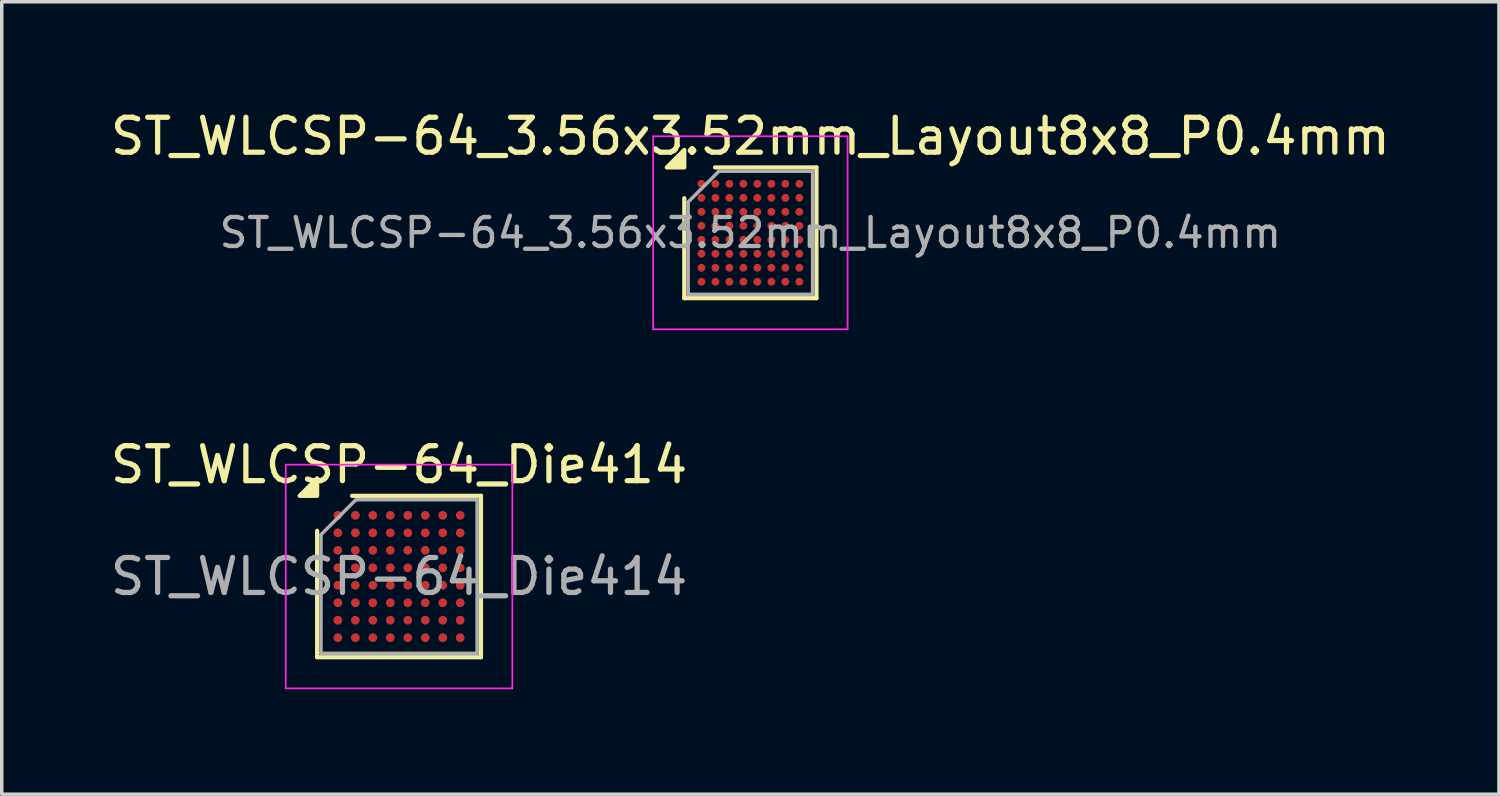
<source format=kicad_pcb>
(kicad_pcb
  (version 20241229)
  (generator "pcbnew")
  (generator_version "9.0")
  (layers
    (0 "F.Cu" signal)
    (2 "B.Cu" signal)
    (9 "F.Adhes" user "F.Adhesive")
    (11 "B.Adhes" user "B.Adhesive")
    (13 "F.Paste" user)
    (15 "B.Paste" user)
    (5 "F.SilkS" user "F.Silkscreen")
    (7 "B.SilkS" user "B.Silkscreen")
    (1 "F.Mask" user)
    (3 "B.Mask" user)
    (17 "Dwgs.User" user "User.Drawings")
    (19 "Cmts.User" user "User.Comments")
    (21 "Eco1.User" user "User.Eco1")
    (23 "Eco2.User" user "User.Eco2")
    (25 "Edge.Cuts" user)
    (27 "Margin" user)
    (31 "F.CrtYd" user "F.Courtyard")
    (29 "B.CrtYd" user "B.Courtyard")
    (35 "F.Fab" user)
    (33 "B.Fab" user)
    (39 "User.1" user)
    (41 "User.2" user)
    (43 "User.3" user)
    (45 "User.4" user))
  (footprint "ST_WLCSP-64_Die414"
    (layer "F.Cu")
    (at 8.363 13.439)
    (property "Reference" "ST_WLCSP-64_Die414" (at 0 -3.197 0) (layer "F.SilkS") (effects (font (size 1 1) (thickness 0.15))))
    (attr smd)
    (fp_line (start -2.343 2.308) (end -2.343 -1.308) (stroke (width 0.12) (type solid)) (layer "F.SilkS"))
    (fp_line (start -1.343 -2.308) (end 2.343 -2.308) (stroke (width 0.12) (type solid)) (layer "F.SilkS"))
    (fp_line (start 2.343 -2.308) (end 2.343 2.308) (stroke (width 0.12) (type solid)) (layer "F.SilkS"))
    (fp_line (start 2.343 2.308) (end -2.343 2.308) (stroke (width 0.12) (type solid)) (layer "F.SilkS"))
    (fp_poly (pts (xy -2.343 -2.308) (xy -2.843 -2.308) (xy -2.343 -2.808) (xy -2.343 -2.308)) (stroke (width 0.12) (type solid)) (fill yes) (layer "F.SilkS"))
    (fp_line (start -3.24 -3.2) (end -3.24 3.2) (stroke (width 0.05) (type solid)) (layer "F.CrtYd"))
    (fp_line (start -3.24 3.2) (end 3.24 3.2) (stroke (width 0.05) (type solid)) (layer "F.CrtYd"))
    (fp_line (start 3.24 -3.2) (end -3.24 -3.2) (stroke (width 0.05) (type solid)) (layer "F.CrtYd"))
    (fp_line (start 3.24 3.2) (end 3.24 -3.2) (stroke (width 0.05) (type solid)) (layer "F.CrtYd"))
    (fp_line (start -2.233 -1.198) (end -1.233 -2.197) (stroke (width 0.1) (type solid)) (layer "F.Fab"))
    (fp_line (start -2.233 2.197) (end -2.233 -1.198) (stroke (width 0.1) (type solid)) (layer "F.Fab"))
    (fp_line (start -1.233 -2.197) (end 2.233 -2.197) (stroke (width 0.1) (type solid)) (layer "F.Fab"))
    (fp_line (start 2.233 -2.197) (end 2.233 2.197) (stroke (width 0.1) (type solid)) (layer "F.Fab"))
    (fp_line (start 2.233 2.197) (end -2.233 2.197) (stroke (width 0.1) (type solid)) (layer "F.Fab"))
    (fp_text user "${REFERENCE}" (at 0 0 0) (layer "F.Fab") (effects (font (size 1 1) (thickness 0.15))))
    (pad "A1" smd circle (at -1.75 -1.75) (size 0.25 0.25) (property pad_prop_bga) (layers "F.Cu" "F.Mask" "F.Paste"))
    (pad "A2" smd circle (at -1.25 -1.75) (size 0.25 0.25) (property pad_prop_bga) (layers "F.Cu" "F.Mask" "F.Paste"))
    (pad "A3" smd circle (at -0.75 -1.75) (size 0.25 0.25) (property pad_prop_bga) (layers "F.Cu" "F.Mask" "F.Paste"))
    (pad "A4" smd circle (at -0.25 -1.75) (size 0.25 0.25) (property pad_prop_bga) (layers "F.Cu" "F.Mask" "F.Paste"))
    (pad "A5" smd circle (at 0.25 -1.75) (size 0.25 0.25) (property pad_prop_bga) (layers "F.Cu" "F.Mask" "F.Paste"))
    (pad "A6" smd circle (at 0.75 -1.75) (size 0.25 0.25) (property pad_prop_bga) (layers "F.Cu" "F.Mask" "F.Paste"))
    (pad "A7" smd circle (at 1.25 -1.75) (size 0.25 0.25) (property pad_prop_bga) (layers "F.Cu" "F.Mask" "F.Paste"))
    (pad "A8" smd circle (at 1.75 -1.75) (size 0.25 0.25) (property pad_prop_bga) (layers "F.Cu" "F.Mask" "F.Paste"))
    (pad "B1" smd circle (at -1.75 -1.25) (size 0.25 0.25) (property pad_prop_bga) (layers "F.Cu" "F.Mask" "F.Paste"))
    (pad "B2" smd circle (at -1.25 -1.25) (size 0.25 0.25) (property pad_prop_bga) (layers "F.Cu" "F.Mask" "F.Paste"))
    (pad "B3" smd circle (at -0.75 -1.25) (size 0.25 0.25) (property pad_prop_bga) (layers "F.Cu" "F.Mask" "F.Paste"))
    (pad "B4" smd circle (at -0.25 -1.25) (size 0.25 0.25) (property pad_prop_bga) (layers "F.Cu" "F.Mask" "F.Paste"))
    (pad "B5" smd circle (at 0.25 -1.25) (size 0.25 0.25) (property pad_prop_bga) (layers "F.Cu" "F.Mask" "F.Paste"))
    (pad "B6" smd circle (at 0.75 -1.25) (size 0.25 0.25) (property pad_prop_bga) (layers "F.Cu" "F.Mask" "F.Paste"))
    (pad "B7" smd circle (at 1.25 -1.25) (size 0.25 0.25) (property pad_prop_bga) (layers "F.Cu" "F.Mask" "F.Paste"))
    (pad "B8" smd circle (at 1.75 -1.25) (size 0.25 0.25) (property pad_prop_bga) (layers "F.Cu" "F.Mask" "F.Paste"))
    (pad "C1" smd circle (at -1.75 -0.75) (size 0.25 0.25) (property pad_prop_bga) (layers "F.Cu" "F.Mask" "F.Paste"))
    (pad "C2" smd circle (at -1.25 -0.75) (size 0.25 0.25) (property pad_prop_bga) (layers "F.Cu" "F.Mask" "F.Paste"))
    (pad "C3" smd circle (at -0.75 -0.75) (size 0.25 0.25) (property pad_prop_bga) (layers "F.Cu" "F.Mask" "F.Paste"))
    (pad "C4" smd circle (at -0.25 -0.75) (size 0.25 0.25) (property pad_prop_bga) (layers "F.Cu" "F.Mask" "F.Paste"))
    (pad "C5" smd circle (at 0.25 -0.75) (size 0.25 0.25) (property pad_prop_bga) (layers "F.Cu" "F.Mask" "F.Paste"))
    (pad "C6" smd circle (at 0.75 -0.75) (size 0.25 0.25) (property pad_prop_bga) (layers "F.Cu" "F.Mask" "F.Paste"))
    (pad "C7" smd circle (at 1.25 -0.75) (size 0.25 0.25) (property pad_prop_bga) (layers "F.Cu" "F.Mask" "F.Paste"))
    (pad "C8" smd circle (at 1.75 -0.75) (size 0.25 0.25) (property pad_prop_bga) (layers "F.Cu" "F.Mask" "F.Paste"))
    (pad "D1" smd circle (at -1.75 -0.25) (size 0.25 0.25) (property pad_prop_bga) (layers "F.Cu" "F.Mask" "F.Paste"))
    (pad "D2" smd circle (at -1.25 -0.25) (size 0.25 0.25) (property pad_prop_bga) (layers "F.Cu" "F.Mask" "F.Paste"))
    (pad "D3" smd circle (at -0.75 -0.25) (size 0.25 0.25) (property pad_prop_bga) (layers "F.Cu" "F.Mask" "F.Paste"))
    (pad "D4" smd circle (at -0.25 -0.25) (size 0.25 0.25) (property pad_prop_bga) (layers "F.Cu" "F.Mask" "F.Paste"))
    (pad "D5" smd circle (at 0.25 -0.25) (size 0.25 0.25) (property pad_prop_bga) (layers "F.Cu" "F.Mask" "F.Paste"))
    (pad "D6" smd circle (at 0.75 -0.25) (size 0.25 0.25) (property pad_prop_bga) (layers "F.Cu" "F.Mask" "F.Paste"))
    (pad "D7" smd circle (at 1.25 -0.25) (size 0.25 0.25) (property pad_prop_bga) (layers "F.Cu" "F.Mask" "F.Paste"))
    (pad "D8" smd circle (at 1.75 -0.25) (size 0.25 0.25) (property pad_prop_bga) (layers "F.Cu" "F.Mask" "F.Paste"))
    (pad "E1" smd circle (at -1.75 0.25) (size 0.25 0.25) (property pad_prop_bga) (layers "F.Cu" "F.Mask" "F.Paste"))
    (pad "E2" smd circle (at -1.25 0.25) (size 0.25 0.25) (property pad_prop_bga) (layers "F.Cu" "F.Mask" "F.Paste"))
    (pad "E3" smd circle (at -0.75 0.25) (size 0.25 0.25) (property pad_prop_bga) (layers "F.Cu" "F.Mask" "F.Paste"))
    (pad "E4" smd circle (at -0.25 0.25) (size 0.25 0.25) (property pad_prop_bga) (layers "F.Cu" "F.Mask" "F.Paste"))
    (pad "E5" smd circle (at 0.25 0.25) (size 0.25 0.25) (property pad_prop_bga) (layers "F.Cu" "F.Mask" "F.Paste"))
    (pad "E6" smd circle (at 0.75 0.25) (size 0.25 0.25) (property pad_prop_bga) (layers "F.Cu" "F.Mask" "F.Paste"))
    (pad "E7" smd circle (at 1.25 0.25) (size 0.25 0.25) (property pad_prop_bga) (layers "F.Cu" "F.Mask" "F.Paste"))
    (pad "E8" smd circle (at 1.75 0.25) (size 0.25 0.25) (property pad_prop_bga) (layers "F.Cu" "F.Mask" "F.Paste"))
    (pad "F1" smd circle (at -1.75 0.75) (size 0.25 0.25) (property pad_prop_bga) (layers "F.Cu" "F.Mask" "F.Paste"))
    (pad "F2" smd circle (at -1.25 0.75) (size 0.25 0.25) (property pad_prop_bga) (layers "F.Cu" "F.Mask" "F.Paste"))
    (pad "F3" smd circle (at -0.75 0.75) (size 0.25 0.25) (property pad_prop_bga) (layers "F.Cu" "F.Mask" "F.Paste"))
    (pad "F4" smd circle (at -0.25 0.75) (size 0.25 0.25) (property pad_prop_bga) (layers "F.Cu" "F.Mask" "F.Paste"))
    (pad "F5" smd circle (at 0.25 0.75) (size 0.25 0.25) (property pad_prop_bga) (layers "F.Cu" "F.Mask" "F.Paste"))
    (pad "F6" smd circle (at 0.75 0.75) (size 0.25 0.25) (property pad_prop_bga) (layers "F.Cu" "F.Mask" "F.Paste"))
    (pad "F7" smd circle (at 1.25 0.75) (size 0.25 0.25) (property pad_prop_bga) (layers "F.Cu" "F.Mask" "F.Paste"))
    (pad "F8" smd circle (at 1.75 0.75) (size 0.25 0.25) (property pad_prop_bga) (layers "F.Cu" "F.Mask" "F.Paste"))
    (pad "G1" smd circle (at -1.75 1.25) (size 0.25 0.25) (property pad_prop_bga) (layers "F.Cu" "F.Mask" "F.Paste"))
    (pad "G2" smd circle (at -1.25 1.25) (size 0.25 0.25) (property pad_prop_bga) (layers "F.Cu" "F.Mask" "F.Paste"))
    (pad "G3" smd circle (at -0.75 1.25) (size 0.25 0.25) (property pad_prop_bga) (layers "F.Cu" "F.Mask" "F.Paste"))
    (pad "G4" smd circle (at -0.25 1.25) (size 0.25 0.25) (property pad_prop_bga) (layers "F.Cu" "F.Mask" "F.Paste"))
    (pad "G5" smd circle (at 0.25 1.25) (size 0.25 0.25) (property pad_prop_bga) (layers "F.Cu" "F.Mask" "F.Paste"))
    (pad "G6" smd circle (at 0.75 1.25) (size 0.25 0.25) (property pad_prop_bga) (layers "F.Cu" "F.Mask" "F.Paste"))
    (pad "G7" smd circle (at 1.25 1.25) (size 0.25 0.25) (property pad_prop_bga) (layers "F.Cu" "F.Mask" "F.Paste"))
    (pad "G8" smd circle (at 1.75 1.25) (size 0.25 0.25) (property pad_prop_bga) (layers "F.Cu" "F.Mask" "F.Paste"))
    (pad "H1" smd circle (at -1.75 1.75) (size 0.25 0.25) (property pad_prop_bga) (layers "F.Cu" "F.Mask" "F.Paste"))
    (pad "H2" smd circle (at -1.25 1.75) (size 0.25 0.25) (property pad_prop_bga) (layers "F.Cu" "F.Mask" "F.Paste"))
    (pad "H3" smd circle (at -0.75 1.75) (size 0.25 0.25) (property pad_prop_bga) (layers "F.Cu" "F.Mask" "F.Paste"))
    (pad "H4" smd circle (at -0.25 1.75) (size 0.25 0.25) (property pad_prop_bga) (layers "F.Cu" "F.Mask" "F.Paste"))
    (pad "H5" smd circle (at 0.25 1.75) (size 0.25 0.25) (property pad_prop_bga) (layers "F.Cu" "F.Mask" "F.Paste"))
    (pad "H6" smd circle (at 0.75 1.75) (size 0.25 0.25) (property pad_prop_bga) (layers "F.Cu" "F.Mask" "F.Paste"))
    (pad "H7" smd circle (at 1.25 1.75) (size 0.25 0.25) (property pad_prop_bga) (layers "F.Cu" "F.Mask" "F.Paste"))
    (pad "H8" smd circle (at 1.75 1.75) (size 0.25 0.25) (property pad_prop_bga) (layers "F.Cu" "F.Mask" "F.Paste")))
  (footprint "ST_WLCSP-64_3.56x3.52mm_Layout8x8_P0.4mm"
    (layer "F.Cu")
    (at 18.411 3.608)
    (property "Reference" "ST_WLCSP-64_3.56x3.52mm_Layout8x8_P0.4mm" (at 0 -2.76 0) (layer "F.SilkS") (effects (font (size 1 1) (thickness 0.15))))
    (attr smd)
    (fp_line (start -1.89 1.87) (end -1.89 -0.99) (stroke (width 0.12) (type solid)) (layer "F.SilkS"))
    (fp_line (start -1.01 -1.87) (end 1.89 -1.87) (stroke (width 0.12) (type solid)) (layer "F.SilkS"))
    (fp_line (start 1.89 -1.87) (end 1.89 1.87) (stroke (width 0.12) (type solid)) (layer "F.SilkS"))
    (fp_line (start 1.89 1.87) (end -1.89 1.87) (stroke (width 0.12) (type solid)) (layer "F.SilkS"))
    (fp_poly (pts (xy -1.89 -1.87) (xy -2.39 -1.87) (xy -1.89 -2.37) (xy -1.89 -1.87)) (stroke (width 0.12) (type solid)) (fill yes) (layer "F.SilkS"))
    (fp_line (start -2.78 -2.76) (end -2.78 2.76) (stroke (width 0.05) (type solid)) (layer "F.CrtYd"))
    (fp_line (start -2.78 2.76) (end 2.78 2.76) (stroke (width 0.05) (type solid)) (layer "F.CrtYd"))
    (fp_line (start 2.78 -2.76) (end -2.78 -2.76) (stroke (width 0.05) (type solid)) (layer "F.CrtYd"))
    (fp_line (start 2.78 2.76) (end 2.78 -2.76) (stroke (width 0.05) (type solid)) (layer "F.CrtYd"))
    (fp_line (start -1.78 -0.88) (end -0.9 -1.76) (stroke (width 0.1) (type solid)) (layer "F.Fab"))
    (fp_line (start -1.78 1.76) (end -1.78 -0.88) (stroke (width 0.1) (type solid)) (layer "F.Fab"))
    (fp_line (start -0.9 -1.76) (end 1.78 -1.76) (stroke (width 0.1) (type solid)) (layer "F.Fab"))
    (fp_line (start 1.78 -1.76) (end 1.78 1.76) (stroke (width 0.1) (type solid)) (layer "F.Fab"))
    (fp_line (start 1.78 1.76) (end -1.78 1.76) (stroke (width 0.1) (type solid)) (layer "F.Fab"))
    (fp_text user "${REFERENCE}" (at 0 0 0) (layer "F.Fab") (effects (font (size 0.83 0.83) (thickness 0.124))))
    (pad "A1" smd circle (at -1.4 -1.4) (size 0.225 0.225) (property pad_prop_bga) (layers "F.Cu" "F.Mask" "F.Paste"))
    (pad "A2" smd circle (at -1 -1.4) (size 0.225 0.225) (property pad_prop_bga) (layers "F.Cu" "F.Mask" "F.Paste"))
    (pad "A3" smd circle (at -0.6 -1.4) (size 0.225 0.225) (property pad_prop_bga) (layers "F.Cu" "F.Mask" "F.Paste"))
    (pad "A4" smd circle (at -0.2 -1.4) (size 0.225 0.225) (property pad_prop_bga) (layers "F.Cu" "F.Mask" "F.Paste"))
    (pad "A5" smd circle (at 0.2 -1.4) (size 0.225 0.225) (property pad_prop_bga) (layers "F.Cu" "F.Mask" "F.Paste"))
    (pad "A6" smd circle (at 0.6 -1.4) (size 0.225 0.225) (property pad_prop_bga) (layers "F.Cu" "F.Mask" "F.Paste"))
    (pad "A7" smd circle (at 1 -1.4) (size 0.225 0.225) (property pad_prop_bga) (layers "F.Cu" "F.Mask" "F.Paste"))
    (pad "A8" smd circle (at 1.4 -1.4) (size 0.225 0.225) (property pad_prop_bga) (layers "F.Cu" "F.Mask" "F.Paste"))
    (pad "B1" smd circle (at -1.4 -1) (size 0.225 0.225) (property pad_prop_bga) (layers "F.Cu" "F.Mask" "F.Paste"))
    (pad "B2" smd circle (at -1 -1) (size 0.225 0.225) (property pad_prop_bga) (layers "F.Cu" "F.Mask" "F.Paste"))
    (pad "B3" smd circle (at -0.6 -1) (size 0.225 0.225) (property pad_prop_bga) (layers "F.Cu" "F.Mask" "F.Paste"))
    (pad "B4" smd circle (at -0.2 -1) (size 0.225 0.225) (property pad_prop_bga) (layers "F.Cu" "F.Mask" "F.Paste"))
    (pad "B5" smd circle (at 0.2 -1) (size 0.225 0.225) (property pad_prop_bga) (layers "F.Cu" "F.Mask" "F.Paste"))
    (pad "B6" smd circle (at 0.6 -1) (size 0.225 0.225) (property pad_prop_bga) (layers "F.Cu" "F.Mask" "F.Paste"))
    (pad "B7" smd circle (at 1 -1) (size 0.225 0.225) (property pad_prop_bga) (layers "F.Cu" "F.Mask" "F.Paste"))
    (pad "B8" smd circle (at 1.4 -1) (size 0.225 0.225) (property pad_prop_bga) (layers "F.Cu" "F.Mask" "F.Paste"))
    (pad "C1" smd circle (at -1.4 -0.6) (size 0.225 0.225) (property pad_prop_bga) (layers "F.Cu" "F.Mask" "F.Paste"))
    (pad "C2" smd circle (at -1 -0.6) (size 0.225 0.225) (property pad_prop_bga) (layers "F.Cu" "F.Mask" "F.Paste"))
    (pad "C3" smd circle (at -0.6 -0.6) (size 0.225 0.225) (property pad_prop_bga) (layers "F.Cu" "F.Mask" "F.Paste"))
    (pad "C4" smd circle (at -0.2 -0.6) (size 0.225 0.225) (property pad_prop_bga) (layers "F.Cu" "F.Mask" "F.Paste"))
    (pad "C5" smd circle (at 0.2 -0.6) (size 0.225 0.225) (property pad_prop_bga) (layers "F.Cu" "F.Mask" "F.Paste"))
    (pad "C6" smd circle (at 0.6 -0.6) (size 0.225 0.225) (property pad_prop_bga) (layers "F.Cu" "F.Mask" "F.Paste"))
    (pad "C7" smd circle (at 1 -0.6) (size 0.225 0.225) (property pad_prop_bga) (layers "F.Cu" "F.Mask" "F.Paste"))
    (pad "C8" smd circle (at 1.4 -0.6) (size 0.225 0.225) (property pad_prop_bga) (layers "F.Cu" "F.Mask" "F.Paste"))
    (pad "D1" smd circle (at -1.4 -0.2) (size 0.225 0.225) (property pad_prop_bga) (layers "F.Cu" "F.Mask" "F.Paste"))
    (pad "D2" smd circle (at -1 -0.2) (size 0.225 0.225) (property pad_prop_bga) (layers "F.Cu" "F.Mask" "F.Paste"))
    (pad "D3" smd circle (at -0.6 -0.2) (size 0.225 0.225) (property pad_prop_bga) (layers "F.Cu" "F.Mask" "F.Paste"))
    (pad "D4" smd circle (at -0.2 -0.2) (size 0.225 0.225) (property pad_prop_bga) (layers "F.Cu" "F.Mask" "F.Paste"))
    (pad "D5" smd circle (at 0.2 -0.2) (size 0.225 0.225) (property pad_prop_bga) (layers "F.Cu" "F.Mask" "F.Paste"))
    (pad "D6" smd circle (at 0.6 -0.2) (size 0.225 0.225) (property pad_prop_bga) (layers "F.Cu" "F.Mask" "F.Paste"))
    (pad "D7" smd circle (at 1 -0.2) (size 0.225 0.225) (property pad_prop_bga) (layers "F.Cu" "F.Mask" "F.Paste"))
    (pad "D8" smd circle (at 1.4 -0.2) (size 0.225 0.225) (property pad_prop_bga) (layers "F.Cu" "F.Mask" "F.Paste"))
    (pad "E1" smd circle (at -1.4 0.2) (size 0.225 0.225) (property pad_prop_bga) (layers "F.Cu" "F.Mask" "F.Paste"))
    (pad "E2" smd circle (at -1 0.2) (size 0.225 0.225) (property pad_prop_bga) (layers "F.Cu" "F.Mask" "F.Paste"))
    (pad "E3" smd circle (at -0.6 0.2) (size 0.225 0.225) (property pad_prop_bga) (layers "F.Cu" "F.Mask" "F.Paste"))
    (pad "E4" smd circle (at -0.2 0.2) (size 0.225 0.225) (property pad_prop_bga) (layers "F.Cu" "F.Mask" "F.Paste"))
    (pad "E5" smd circle (at 0.2 0.2) (size 0.225 0.225) (property pad_prop_bga) (layers "F.Cu" "F.Mask" "F.Paste"))
    (pad "E6" smd circle (at 0.6 0.2) (size 0.225 0.225) (property pad_prop_bga) (layers "F.Cu" "F.Mask" "F.Paste"))
    (pad "E7" smd circle (at 1 0.2) (size 0.225 0.225) (property pad_prop_bga) (layers "F.Cu" "F.Mask" "F.Paste"))
    (pad "E8" smd circle (at 1.4 0.2) (size 0.225 0.225) (property pad_prop_bga) (layers "F.Cu" "F.Mask" "F.Paste"))
    (pad "F1" smd circle (at -1.4 0.6) (size 0.225 0.225) (property pad_prop_bga) (layers "F.Cu" "F.Mask" "F.Paste"))
    (pad "F2" smd circle (at -1 0.6) (size 0.225 0.225) (property pad_prop_bga) (layers "F.Cu" "F.Mask" "F.Paste"))
    (pad "F3" smd circle (at -0.6 0.6) (size 0.225 0.225) (property pad_prop_bga) (layers "F.Cu" "F.Mask" "F.Paste"))
    (pad "F4" smd circle (at -0.2 0.6) (size 0.225 0.225) (property pad_prop_bga) (layers "F.Cu" "F.Mask" "F.Paste"))
    (pad "F5" smd circle (at 0.2 0.6) (size 0.225 0.225) (property pad_prop_bga) (layers "F.Cu" "F.Mask" "F.Paste"))
    (pad "F6" smd circle (at 0.6 0.6) (size 0.225 0.225) (property pad_prop_bga) (layers "F.Cu" "F.Mask" "F.Paste"))
    (pad "F7" smd circle (at 1 0.6) (size 0.225 0.225) (property pad_prop_bga) (layers "F.Cu" "F.Mask" "F.Paste"))
    (pad "F8" smd circle (at 1.4 0.6) (size 0.225 0.225) (property pad_prop_bga) (layers "F.Cu" "F.Mask" "F.Paste"))
    (pad "G1" smd circle (at -1.4 1) (size 0.225 0.225) (property pad_prop_bga) (layers "F.Cu" "F.Mask" "F.Paste"))
    (pad "G2" smd circle (at -1 1) (size 0.225 0.225) (property pad_prop_bga) (layers "F.Cu" "F.Mask" "F.Paste"))
    (pad "G3" smd circle (at -0.6 1) (size 0.225 0.225) (property pad_prop_bga) (layers "F.Cu" "F.Mask" "F.Paste"))
    (pad "G4" smd circle (at -0.2 1) (size 0.225 0.225) (property pad_prop_bga) (layers "F.Cu" "F.Mask" "F.Paste"))
    (pad "G5" smd circle (at 0.2 1) (size 0.225 0.225) (property pad_prop_bga) (layers "F.Cu" "F.Mask" "F.Paste"))
    (pad "G6" smd circle (at 0.6 1) (size 0.225 0.225) (property pad_prop_bga) (layers "F.Cu" "F.Mask" "F.Paste"))
    (pad "G7" smd circle (at 1 1) (size 0.225 0.225) (property pad_prop_bga) (layers "F.Cu" "F.Mask" "F.Paste"))
    (pad "G8" smd circle (at 1.4 1) (size 0.225 0.225) (property pad_prop_bga) (layers "F.Cu" "F.Mask" "F.Paste"))
    (pad "H1" smd circle (at -1.4 1.4) (size 0.225 0.225) (property pad_prop_bga) (layers "F.Cu" "F.Mask" "F.Paste"))
    (pad "H2" smd circle (at -1 1.4) (size 0.225 0.225) (property pad_prop_bga) (layers "F.Cu" "F.Mask" "F.Paste"))
    (pad "H3" smd circle (at -0.6 1.4) (size 0.225 0.225) (property pad_prop_bga) (layers "F.Cu" "F.Mask" "F.Paste"))
    (pad "H4" smd circle (at -0.2 1.4) (size 0.225 0.225) (property pad_prop_bga) (layers "F.Cu" "F.Mask" "F.Paste"))
    (pad "H5" smd circle (at 0.2 1.4) (size 0.225 0.225) (property pad_prop_bga) (layers "F.Cu" "F.Mask" "F.Paste"))
    (pad "H6" smd circle (at 0.6 1.4) (size 0.225 0.225) (property pad_prop_bga) (layers "F.Cu" "F.Mask" "F.Paste"))
    (pad "H7" smd circle (at 1 1.4) (size 0.225 0.225) (property pad_prop_bga) (layers "F.Cu" "F.Mask" "F.Paste"))
    (pad "H8" smd circle (at 1.4 1.4) (size 0.225 0.225) (property pad_prop_bga) (layers "F.Cu" "F.Mask" "F.Paste")))
  (gr_rect
    (start -3 -3)
    (end 39.821 19.664)
    (stroke (width 0.1) (type default))
    (fill no)
    (layer "Edge.Cuts")))
</source>
